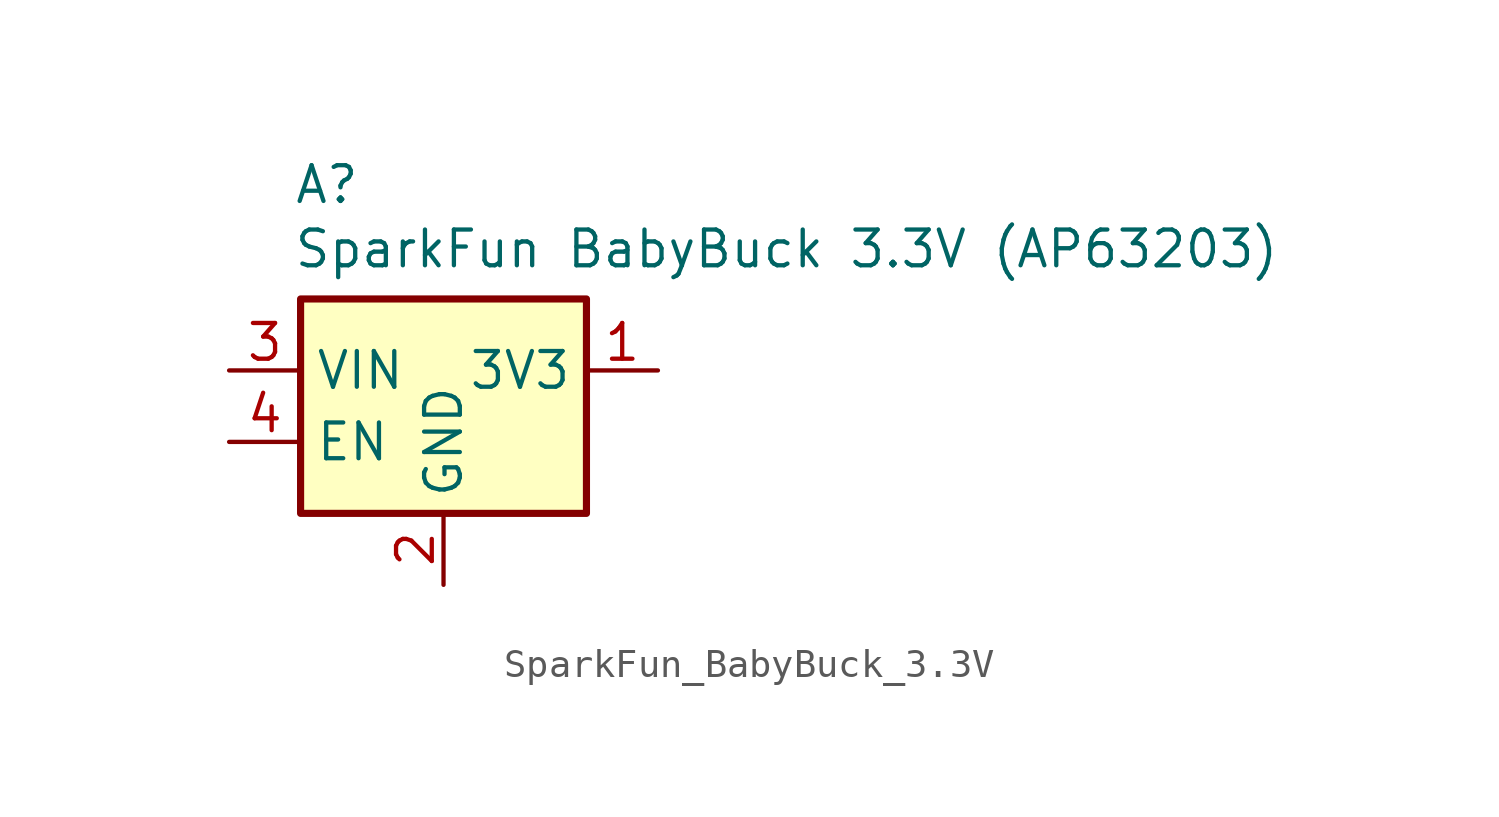
<source format=kicad_sym>
(kicad_symbol_lib
  (version 20231120)
  (generator "kicad_symbol_editor")
  (generator_version "8.0")
  (symbol "SparkFun_BabyBuck_3.3V"
    (property "Reference" "A"
      (at -10.414 6.604 0)
      (effects (font (size 1.27 1.27)) (justify left)))
    (property "Value" "SparkFun BabyBuck 3.3V (AP63203)"
      (at 7.112 4.318 0)
      (effects (font (size 1.27 1.27))))
    (symbol "SparkFun_BabyBuck_3.3V_1_1"
      (rectangle (start -10.16 2.54) (end 0 -5.08) (stroke (width 0.254) (type default)) (fill (type background)))
      (pin power_out line (at 2.54 0 180) (length 2.54) (name "3V3" (effects (font (size 1.27 1.27)))) (number "1" (effects (font (size 1.27 1.27)))))
      (pin power_in line (at -5.08 -7.62 90) (length 2.54) (name "GND" (effects (font (size 1.27 1.27)))) (number "2" (effects (font (size 1.27 1.27)))))
      (pin power_in line (at -12.7 0 0) (length 2.54) (name "VIN" (effects (font (size 1.27 1.27)))) (number "3" (effects (font (size 1.27 1.27)))))
      (pin input line (at -12.7 -2.54 0) (length 2.54) (name "EN" (effects (font (size 1.27 1.27)))) (number "4" (effects (font (size 1.27 1.27))))))))
</source>
